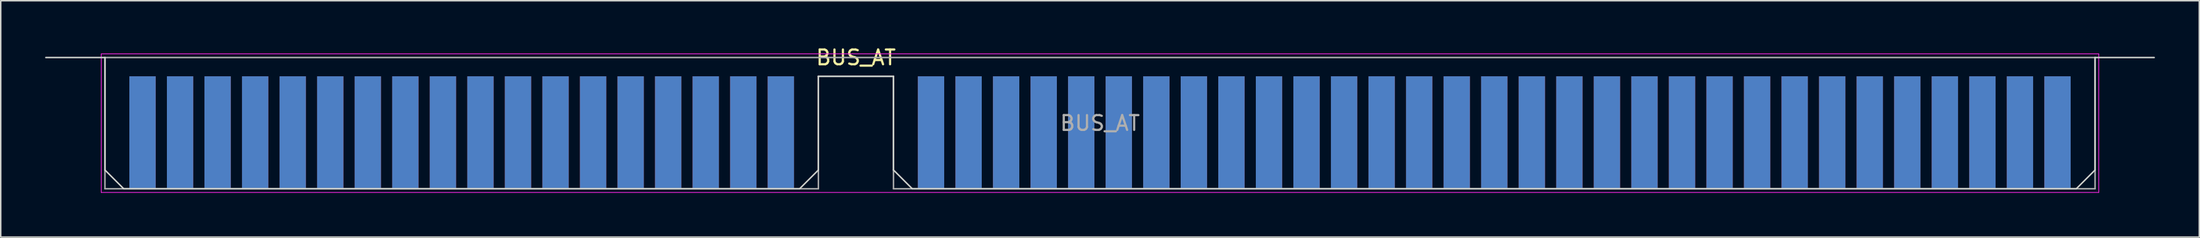
<source format=kicad_pcb>
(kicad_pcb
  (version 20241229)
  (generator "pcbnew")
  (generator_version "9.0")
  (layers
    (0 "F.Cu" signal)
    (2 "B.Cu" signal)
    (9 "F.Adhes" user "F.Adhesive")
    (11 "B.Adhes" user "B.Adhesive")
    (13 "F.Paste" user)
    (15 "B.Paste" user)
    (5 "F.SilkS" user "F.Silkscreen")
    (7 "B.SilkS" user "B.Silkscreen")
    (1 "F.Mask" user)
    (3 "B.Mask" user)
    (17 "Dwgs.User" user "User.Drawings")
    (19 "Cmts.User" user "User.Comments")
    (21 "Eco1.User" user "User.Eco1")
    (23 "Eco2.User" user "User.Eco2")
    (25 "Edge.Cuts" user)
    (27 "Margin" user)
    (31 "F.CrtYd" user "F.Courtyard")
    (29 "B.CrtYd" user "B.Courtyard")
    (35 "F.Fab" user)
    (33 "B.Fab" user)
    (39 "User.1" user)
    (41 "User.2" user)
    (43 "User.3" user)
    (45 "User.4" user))
  (footprint "BUS_AT"
    (layer "F.Cu")
    (at 136.13 5.928)
    (property "Reference" "BUS_AT" (at -81.28 -5.08 0) (layer "F.SilkS") (effects (font (size 1 1) (thickness 0.15))))
    (attr exclude_from_pos_files)
    (fp_line (start -132.08 -5.08) (end -136.08 -5.08) (stroke (width 0.1) (type default)) (layer "Edge.Cuts"))
    (fp_line (start -132.08 2.54) (end -132.08 -5.08) (stroke (width 0.1) (type solid)) (layer "Edge.Cuts"))
    (fp_line (start -130.81 3.81) (end -132.08 2.54) (stroke (width 0.1) (type default)) (layer "Edge.Cuts"))
    (fp_line (start -85.09 3.81) (end -130.81 3.81) (stroke (width 0.1) (type solid)) (layer "Edge.Cuts"))
    (fp_line (start -85.09 3.81) (end -83.82 2.54) (stroke (width 0.1) (type default)) (layer "Edge.Cuts"))
    (fp_line (start -83.82 -3.81) (end -83.82 2.54) (stroke (width 0.1) (type solid)) (layer "Edge.Cuts"))
    (fp_line (start -78.74 -3.81) (end -83.82 -3.81) (stroke (width 0.1) (type solid)) (layer "Edge.Cuts"))
    (fp_line (start -78.74 2.54) (end -78.74 -3.81) (stroke (width 0.1) (type solid)) (layer "Edge.Cuts"))
    (fp_line (start -77.47 3.81) (end -78.74 2.54) (stroke (width 0.1) (type default)) (layer "Edge.Cuts"))
    (fp_line (start 1.27 3.81) (end -77.47 3.81) (stroke (width 0.1) (type solid)) (layer "Edge.Cuts"))
    (fp_line (start 1.27 3.81) (end 2.54 2.54) (stroke (width 0.1) (type default)) (layer "Edge.Cuts"))
    (fp_line (start 2.54 -5.08) (end 2.54 2.54) (stroke (width 0.1) (type solid)) (layer "Edge.Cuts"))
    (fp_line (start 6.54 -5.08) (end 2.54 -5.08) (stroke (width 0.1) (type default)) (layer "Edge.Cuts"))
    (fp_line (start -132.33 -5.33) (end -132.33 4.06) (stroke (width 0.05) (type solid)) (layer "F.CrtYd"))
    (fp_line (start -132.33 -5.33) (end 2.79 -5.33) (stroke (width 0.05) (type solid)) (layer "F.CrtYd"))
    (fp_line (start -132.33 4.06) (end 2.79 4.06) (stroke (width 0.05) (type solid)) (layer "F.CrtYd"))
    (fp_line (start 2.79 4.06) (end 2.79 -5.33) (stroke (width 0.05) (type solid)) (layer "F.CrtYd"))
    (fp_line (start -132.08 -5.08) (end 2.54 -5.08) (stroke (width 0.1) (type solid)) (layer "F.Fab"))
    (fp_line (start -132.08 3.81) (end -132.08 -5.08) (stroke (width 0.1) (type solid)) (layer "F.Fab"))
    (fp_line (start -83.82 -3.81) (end -83.82 3.81) (stroke (width 0.1) (type solid)) (layer "F.Fab"))
    (fp_line (start -83.82 3.81) (end -132.08 3.81) (stroke (width 0.1) (type solid)) (layer "F.Fab"))
    (fp_line (start -78.74 -3.81) (end -83.82 -3.81) (stroke (width 0.1) (type solid)) (layer "F.Fab"))
    (fp_line (start -78.74 3.81) (end -78.74 -3.81) (stroke (width 0.1) (type solid)) (layer "F.Fab"))
    (fp_line (start 2.54 -5.08) (end 2.54 3.81) (stroke (width 0.1) (type solid)) (layer "F.Fab"))
    (fp_line (start 2.54 3.81) (end -78.74 3.81) (stroke (width 0.1) (type solid)) (layer "F.Fab"))
    (fp_text user "${REFERENCE}" (at -64.77 -0.635 0) (layer "F.Fab") (effects (font (size 1 1) (thickness 0.15))))
    (pad "1" connect rect (at 0 0) (size 1.78 7.62) (layers "B.Cu" "B.Mask"))
    (pad "2" connect rect (at -2.54 0) (size 1.78 7.62) (layers "B.Cu" "B.Mask"))
    (pad "3" connect rect (at -5.08 0) (size 1.78 7.62) (layers "B.Cu" "B.Mask"))
    (pad "4" connect rect (at -7.62 0) (size 1.78 7.62) (layers "B.Cu" "B.Mask"))
    (pad "5" connect rect (at -10.16 0) (size 1.78 7.62) (layers "B.Cu" "B.Mask"))
    (pad "6" connect rect (at -12.7 0) (size 1.78 7.62) (layers "B.Cu" "B.Mask"))
    (pad "7" connect rect (at -15.24 0) (size 1.78 7.62) (layers "B.Cu" "B.Mask"))
    (pad "8" connect rect (at -17.78 0) (size 1.78 7.62) (layers "B.Cu" "B.Mask"))
    (pad "9" connect rect (at -20.32 0) (size 1.78 7.62) (layers "B.Cu" "B.Mask"))
    (pad "10" connect rect (at -22.86 0) (size 1.78 7.62) (layers "B.Cu" "B.Mask"))
    (pad "11" connect rect (at -25.4 0) (size 1.78 7.62) (layers "B.Cu" "B.Mask"))
    (pad "12" connect rect (at -27.94 0) (size 1.78 7.62) (layers "B.Cu" "B.Mask"))
    (pad "13" connect rect (at -30.48 0) (size 1.78 7.62) (layers "B.Cu" "B.Mask"))
    (pad "14" connect rect (at -33.02 0) (size 1.78 7.62) (layers "B.Cu" "B.Mask"))
    (pad "15" connect rect (at -35.56 0) (size 1.78 7.62) (layers "B.Cu" "B.Mask"))
    (pad "16" connect rect (at -38.1 0) (size 1.78 7.62) (layers "B.Cu" "B.Mask"))
    (pad "17" connect rect (at -40.64 0) (size 1.78 7.62) (layers "B.Cu" "B.Mask"))
    (pad "18" connect rect (at -43.18 0) (size 1.78 7.62) (layers "B.Cu" "B.Mask"))
    (pad "19" connect rect (at -45.72 0) (size 1.78 7.62) (layers "B.Cu" "B.Mask"))
    (pad "20" connect rect (at -48.26 0) (size 1.78 7.62) (layers "B.Cu" "B.Mask"))
    (pad "21" connect rect (at -50.8 0) (size 1.78 7.62) (layers "B.Cu" "B.Mask"))
    (pad "22" connect rect (at -53.34 0) (size 1.78 7.62) (layers "B.Cu" "B.Mask"))
    (pad "23" connect rect (at -55.88 0) (size 1.78 7.62) (layers "B.Cu" "B.Mask"))
    (pad "24" connect rect (at -58.42 0) (size 1.78 7.62) (layers "B.Cu" "B.Mask"))
    (pad "25" connect rect (at -60.96 0) (size 1.78 7.62) (layers "B.Cu" "B.Mask"))
    (pad "26" connect rect (at -63.5 0) (size 1.78 7.62) (layers "B.Cu" "B.Mask"))
    (pad "27" connect rect (at -66.04 0) (size 1.78 7.62) (layers "B.Cu" "B.Mask"))
    (pad "28" connect rect (at -68.58 0) (size 1.78 7.62) (layers "B.Cu" "B.Mask"))
    (pad "29" connect rect (at -71.12 0) (size 1.78 7.62) (layers "B.Cu" "B.Mask"))
    (pad "30" connect rect (at -73.66 0) (size 1.78 7.62) (layers "B.Cu" "B.Mask"))
    (pad "31" connect rect (at -76.2 0) (size 1.78 7.62) (layers "B.Cu" "B.Mask"))
    (pad "32" connect rect (at 0 0) (size 1.78 7.62) (layers "F.Cu" "F.Mask"))
    (pad "33" connect rect (at -2.54 0) (size 1.78 7.62) (layers "F.Cu" "F.Mask"))
    (pad "34" connect rect (at -5.08 0) (size 1.78 7.62) (layers "F.Cu" "F.Mask"))
    (pad "35" connect rect (at -7.62 0) (size 1.78 7.62) (layers "F.Cu" "F.Mask"))
    (pad "36" connect rect (at -10.16 0) (size 1.78 7.62) (layers "F.Cu" "F.Mask"))
    (pad "37" connect rect (at -12.7 0) (size 1.78 7.62) (layers "F.Cu" "F.Mask"))
    (pad "38" connect rect (at -15.24 0) (size 1.78 7.62) (layers "F.Cu" "F.Mask"))
    (pad "39" connect rect (at -17.78 0) (size 1.78 7.62) (layers "F.Cu" "F.Mask"))
    (pad "40" connect rect (at -20.32 0) (size 1.78 7.62) (layers "F.Cu" "F.Mask"))
    (pad "41" connect rect (at -22.86 0) (size 1.78 7.62) (layers "F.Cu" "F.Mask"))
    (pad "42" connect rect (at -25.4 0) (size 1.78 7.62) (layers "F.Cu" "F.Mask"))
    (pad "43" connect rect (at -27.94 0) (size 1.78 7.62) (layers "F.Cu" "F.Mask"))
    (pad "44" connect rect (at -30.48 0) (size 1.78 7.62) (layers "F.Cu" "F.Mask"))
    (pad "45" connect rect (at -33.02 0) (size 1.78 7.62) (layers "F.Cu" "F.Mask"))
    (pad "46" connect rect (at -35.56 0) (size 1.78 7.62) (layers "F.Cu" "F.Mask"))
    (pad "47" connect rect (at -38.1 0) (size 1.78 7.62) (layers "F.Cu" "F.Mask"))
    (pad "48" connect rect (at -40.64 0) (size 1.78 7.62) (layers "F.Cu" "F.Mask"))
    (pad "49" connect rect (at -43.18 0) (size 1.78 7.62) (layers "F.Cu" "F.Mask"))
    (pad "50" connect rect (at -45.72 0) (size 1.78 7.62) (layers "F.Cu" "F.Mask"))
    (pad "51" connect rect (at -48.26 0) (size 1.78 7.62) (layers "F.Cu" "F.Mask"))
    (pad "52" connect rect (at -50.8 0) (size 1.78 7.62) (layers "F.Cu" "F.Mask"))
    (pad "53" connect rect (at -53.34 0) (size 1.78 7.62) (layers "F.Cu" "F.Mask"))
    (pad "54" connect rect (at -55.88 0) (size 1.78 7.62) (layers "F.Cu" "F.Mask"))
    (pad "55" connect rect (at -58.42 0) (size 1.78 7.62) (layers "F.Cu" "F.Mask"))
    (pad "56" connect rect (at -60.96 0) (size 1.78 7.62) (layers "F.Cu" "F.Mask"))
    (pad "57" connect rect (at -63.5 0) (size 1.78 7.62) (layers "F.Cu" "F.Mask"))
    (pad "58" connect rect (at -66.04 0) (size 1.78 7.62) (layers "F.Cu" "F.Mask"))
    (pad "59" connect rect (at -68.58 0) (size 1.78 7.62) (layers "F.Cu" "F.Mask"))
    (pad "60" connect rect (at -71.12 0) (size 1.78 7.62) (layers "F.Cu" "F.Mask"))
    (pad "61" connect rect (at -73.66 0) (size 1.78 7.62) (layers "F.Cu" "F.Mask"))
    (pad "62" connect rect (at -76.2 0) (size 1.78 7.62) (layers "F.Cu" "F.Mask"))
    (pad "63" connect rect (at -86.36 0) (size 1.78 7.62) (layers "B.Cu" "B.Mask"))
    (pad "64" connect rect (at -88.9 0) (size 1.78 7.62) (layers "B.Cu" "B.Mask"))
    (pad "65" connect rect (at -91.44 0) (size 1.78 7.62) (layers "B.Cu" "B.Mask"))
    (pad "66" connect rect (at -93.98 0) (size 1.78 7.62) (layers "B.Cu" "B.Mask"))
    (pad "67" connect rect (at -96.52 0) (size 1.78 7.62) (layers "B.Cu" "B.Mask"))
    (pad "68" connect rect (at -99.06 0) (size 1.78 7.62) (layers "B.Cu" "B.Mask"))
    (pad "69" connect rect (at -101.6 0) (size 1.78 7.62) (layers "B.Cu" "B.Mask"))
    (pad "70" connect rect (at -104.14 0) (size 1.78 7.62) (layers "B.Cu" "B.Mask"))
    (pad "71" connect rect (at -106.68 0) (size 1.78 7.62) (layers "B.Cu" "B.Mask"))
    (pad "72" connect rect (at -109.22 0) (size 1.78 7.62) (layers "B.Cu" "B.Mask"))
    (pad "73" connect rect (at -111.76 0) (size 1.78 7.62) (layers "B.Cu" "B.Mask"))
    (pad "74" connect rect (at -114.3 0) (size 1.78 7.62) (layers "B.Cu" "B.Mask"))
    (pad "75" connect rect (at -116.84 0) (size 1.78 7.62) (layers "B.Cu" "B.Mask"))
    (pad "76" connect rect (at -119.38 0) (size 1.78 7.62) (layers "B.Cu" "B.Mask"))
    (pad "77" connect rect (at -121.92 0) (size 1.78 7.62) (layers "B.Cu" "B.Mask"))
    (pad "78" connect rect (at -124.46 0) (size 1.78 7.62) (layers "B.Cu" "B.Mask"))
    (pad "79" connect rect (at -127 0) (size 1.78 7.62) (layers "B.Cu" "B.Mask"))
    (pad "80" connect rect (at -129.54 0) (size 1.78 7.62) (layers "B.Cu" "B.Mask"))
    (pad "81" connect rect (at -86.36 0) (size 1.78 7.62) (layers "F.Cu" "F.Mask"))
    (pad "82" connect rect (at -88.9 0) (size 1.78 7.62) (layers "F.Cu" "F.Mask"))
    (pad "83" connect rect (at -91.44 0) (size 1.78 7.62) (layers "F.Cu" "F.Mask"))
    (pad "84" connect rect (at -93.98 0) (size 1.78 7.62) (layers "F.Cu" "F.Mask"))
    (pad "85" connect rect (at -96.52 0) (size 1.78 7.62) (layers "F.Cu" "F.Mask"))
    (pad "86" connect rect (at -99.06 0) (size 1.78 7.62) (layers "F.Cu" "F.Mask"))
    (pad "87" connect rect (at -101.6 0) (size 1.78 7.62) (layers "F.Cu" "F.Mask"))
    (pad "88" connect rect (at -104.14 0) (size 1.78 7.62) (layers "F.Cu" "F.Mask"))
    (pad "89" connect rect (at -106.68 0) (size 1.78 7.62) (layers "F.Cu" "F.Mask"))
    (pad "90" connect rect (at -109.22 0) (size 1.78 7.62) (layers "F.Cu" "F.Mask"))
    (pad "91" connect rect (at -111.76 0) (size 1.78 7.62) (layers "F.Cu" "F.Mask"))
    (pad "92" connect rect (at -114.3 0) (size 1.78 7.62) (layers "F.Cu" "F.Mask"))
    (pad "93" connect rect (at -116.84 0) (size 1.78 7.62) (layers "F.Cu" "F.Mask"))
    (pad "94" connect rect (at -119.38 0) (size 1.78 7.62) (layers "F.Cu" "F.Mask"))
    (pad "95" connect rect (at -121.92 0) (size 1.78 7.62) (layers "F.Cu" "F.Mask"))
    (pad "96" connect rect (at -124.46 0) (size 1.78 7.62) (layers "F.Cu" "F.Mask"))
    (pad "97" connect rect (at -127 0) (size 1.78 7.62) (layers "F.Cu" "F.Mask"))
    (pad "98" connect rect (at -129.54 0) (size 1.78 7.62) (layers "F.Cu" "F.Mask")))
  (gr_rect
    (start -3 -3)
    (end 145.72 13.013)
    (stroke (width 0.1) (type default))
    (fill no)
    (layer "Edge.Cuts")))
</source>
